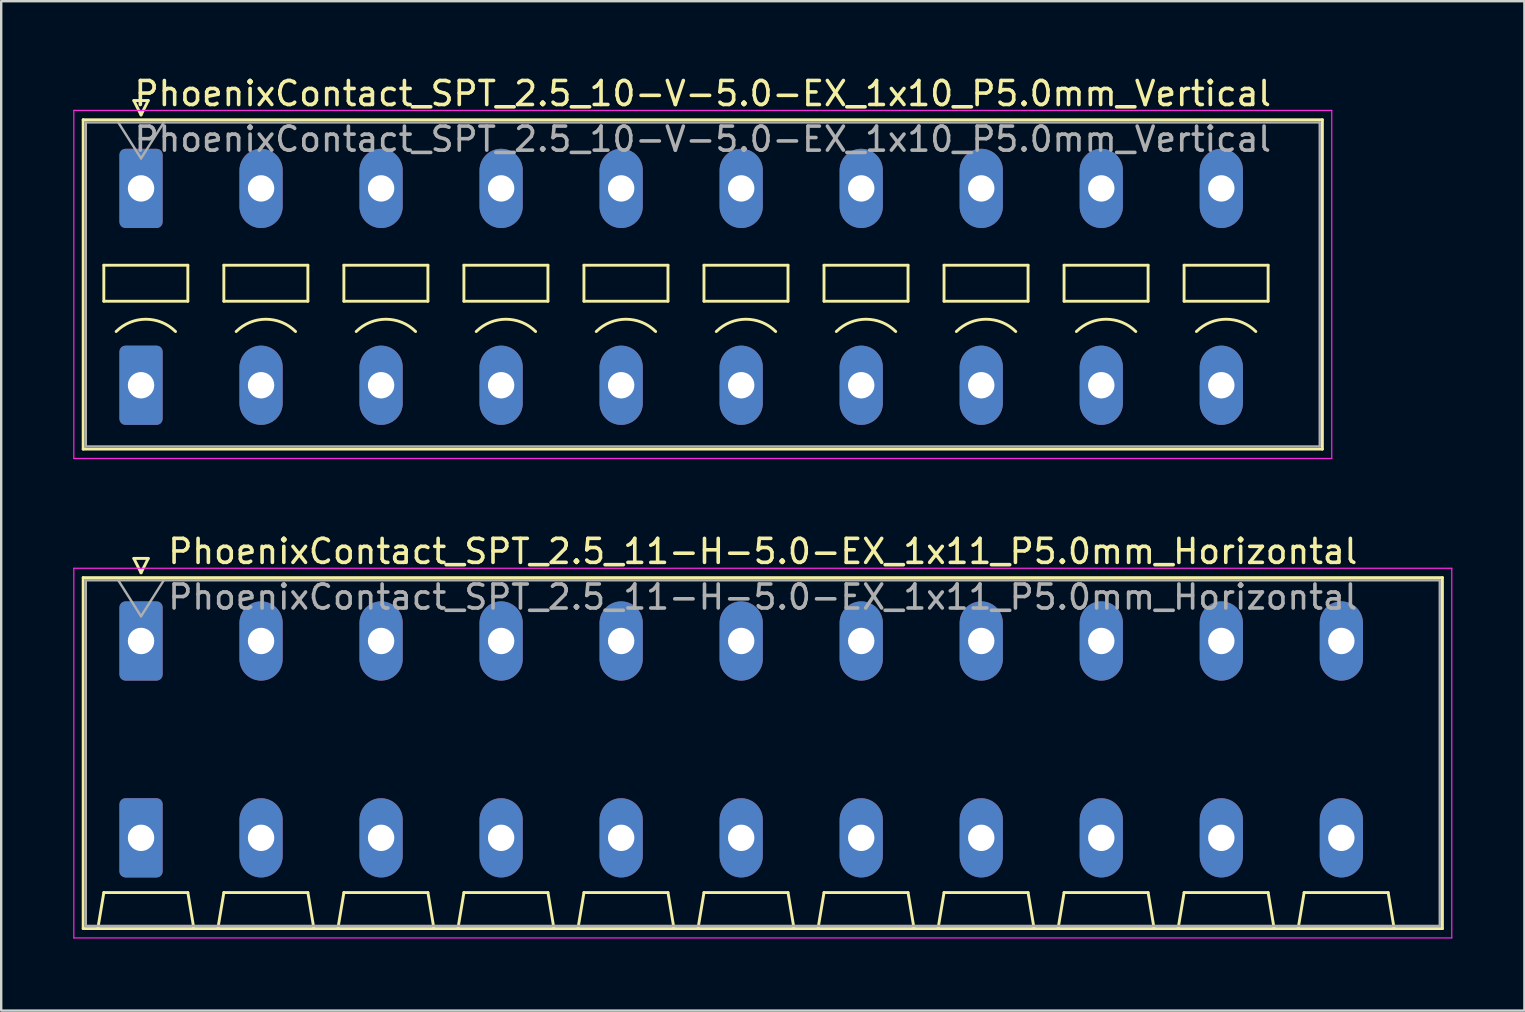
<source format=kicad_pcb>
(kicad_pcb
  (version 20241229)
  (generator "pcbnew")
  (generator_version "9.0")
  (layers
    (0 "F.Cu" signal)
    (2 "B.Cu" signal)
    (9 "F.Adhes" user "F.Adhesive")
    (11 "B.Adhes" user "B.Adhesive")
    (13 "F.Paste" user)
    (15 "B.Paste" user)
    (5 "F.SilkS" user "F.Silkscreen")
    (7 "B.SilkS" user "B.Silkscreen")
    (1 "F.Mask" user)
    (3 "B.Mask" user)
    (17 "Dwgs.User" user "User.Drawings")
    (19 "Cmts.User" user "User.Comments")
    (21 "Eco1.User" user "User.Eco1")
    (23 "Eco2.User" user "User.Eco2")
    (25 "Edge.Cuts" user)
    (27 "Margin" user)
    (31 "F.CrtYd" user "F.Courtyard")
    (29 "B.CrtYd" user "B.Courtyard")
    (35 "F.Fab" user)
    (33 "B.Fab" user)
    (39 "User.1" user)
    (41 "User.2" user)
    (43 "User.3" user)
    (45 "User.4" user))
  (footprint "PhoenixContact_SPT_2.5_10-V-5.0-EX_1x10_P5.0mm_Vertical"
    (layer "F.Cu")
    (at 2.825 4.798)
    (property "Reference" "PhoenixContact_SPT_2.5_10-V-5.0-EX_1x10_P5.0mm_Vertical" (at 23.4 -3.95 0) (layer "F.SilkS") (effects (font (size 1 1) (thickness 0.15))))
    (attr through_hole)
    (fp_line (start -2.41 -2.86) (end 49.21 -2.86) (stroke (width 0.12) (type solid)) (layer "F.SilkS"))
    (fp_line (start -2.41 10.86) (end -2.41 -2.86) (stroke (width 0.12) (type solid)) (layer "F.SilkS"))
    (fp_line (start -1.55 3.2) (end -1.55 4.7) (stroke (width 0.12) (type solid)) (layer "F.SilkS"))
    (fp_line (start -1.55 4.7) (end 1.95 4.7) (stroke (width 0.12) (type solid)) (layer "F.SilkS"))
    (fp_line (start -0.3 -3.66) (end 0 -3.06) (stroke (width 0.12) (type solid)) (layer "F.SilkS"))
    (fp_line (start -0.3 -3.66) (end 0.3 -3.66) (stroke (width 0.12) (type solid)) (layer "F.SilkS"))
    (fp_line (start 0.3 -3.66) (end 0 -3.06) (stroke (width 0.12) (type solid)) (layer "F.SilkS"))
    (fp_line (start 1.95 3.2) (end -1.55 3.2) (stroke (width 0.12) (type solid)) (layer "F.SilkS"))
    (fp_line (start 1.95 4.7) (end 1.95 3.2) (stroke (width 0.12) (type solid)) (layer "F.SilkS"))
    (fp_line (start 3.45 3.2) (end 3.45 4.7) (stroke (width 0.12) (type solid)) (layer "F.SilkS"))
    (fp_line (start 3.45 4.7) (end 6.95 4.7) (stroke (width 0.12) (type solid)) (layer "F.SilkS"))
    (fp_line (start 6.95 3.2) (end 3.45 3.2) (stroke (width 0.12) (type solid)) (layer "F.SilkS"))
    (fp_line (start 6.95 4.7) (end 6.95 3.2) (stroke (width 0.12) (type solid)) (layer "F.SilkS"))
    (fp_line (start 8.45 3.2) (end 8.45 4.7) (stroke (width 0.12) (type solid)) (layer "F.SilkS"))
    (fp_line (start 8.45 4.7) (end 11.95 4.7) (stroke (width 0.12) (type solid)) (layer "F.SilkS"))
    (fp_line (start 11.95 3.2) (end 8.45 3.2) (stroke (width 0.12) (type solid)) (layer "F.SilkS"))
    (fp_line (start 11.95 4.7) (end 11.95 3.2) (stroke (width 0.12) (type solid)) (layer "F.SilkS"))
    (fp_line (start 13.45 3.2) (end 13.45 4.7) (stroke (width 0.12) (type solid)) (layer "F.SilkS"))
    (fp_line (start 13.45 4.7) (end 16.95 4.7) (stroke (width 0.12) (type solid)) (layer "F.SilkS"))
    (fp_line (start 16.95 3.2) (end 13.45 3.2) (stroke (width 0.12) (type solid)) (layer "F.SilkS"))
    (fp_line (start 16.95 4.7) (end 16.95 3.2) (stroke (width 0.12) (type solid)) (layer "F.SilkS"))
    (fp_line (start 18.45 3.2) (end 18.45 4.7) (stroke (width 0.12) (type solid)) (layer "F.SilkS"))
    (fp_line (start 18.45 4.7) (end 21.95 4.7) (stroke (width 0.12) (type solid)) (layer "F.SilkS"))
    (fp_line (start 21.95 3.2) (end 18.45 3.2) (stroke (width 0.12) (type solid)) (layer "F.SilkS"))
    (fp_line (start 21.95 4.7) (end 21.95 3.2) (stroke (width 0.12) (type solid)) (layer "F.SilkS"))
    (fp_line (start 23.45 3.2) (end 23.45 4.7) (stroke (width 0.12) (type solid)) (layer "F.SilkS"))
    (fp_line (start 23.45 4.7) (end 26.95 4.7) (stroke (width 0.12) (type solid)) (layer "F.SilkS"))
    (fp_line (start 26.95 3.2) (end 23.45 3.2) (stroke (width 0.12) (type solid)) (layer "F.SilkS"))
    (fp_line (start 26.95 4.7) (end 26.95 3.2) (stroke (width 0.12) (type solid)) (layer "F.SilkS"))
    (fp_line (start 28.45 3.2) (end 28.45 4.7) (stroke (width 0.12) (type solid)) (layer "F.SilkS"))
    (fp_line (start 28.45 4.7) (end 31.95 4.7) (stroke (width 0.12) (type solid)) (layer "F.SilkS"))
    (fp_line (start 31.95 3.2) (end 28.45 3.2) (stroke (width 0.12) (type solid)) (layer "F.SilkS"))
    (fp_line (start 31.95 4.7) (end 31.95 3.2) (stroke (width 0.12) (type solid)) (layer "F.SilkS"))
    (fp_line (start 33.45 3.2) (end 33.45 4.7) (stroke (width 0.12) (type solid)) (layer "F.SilkS"))
    (fp_line (start 33.45 4.7) (end 36.95 4.7) (stroke (width 0.12) (type solid)) (layer "F.SilkS"))
    (fp_line (start 36.95 3.2) (end 33.45 3.2) (stroke (width 0.12) (type solid)) (layer "F.SilkS"))
    (fp_line (start 36.95 4.7) (end 36.95 3.2) (stroke (width 0.12) (type solid)) (layer "F.SilkS"))
    (fp_line (start 38.45 3.2) (end 38.45 4.7) (stroke (width 0.12) (type solid)) (layer "F.SilkS"))
    (fp_line (start 38.45 4.7) (end 41.95 4.7) (stroke (width 0.12) (type solid)) (layer "F.SilkS"))
    (fp_line (start 41.95 3.2) (end 38.45 3.2) (stroke (width 0.12) (type solid)) (layer "F.SilkS"))
    (fp_line (start 41.95 4.7) (end 41.95 3.2) (stroke (width 0.12) (type solid)) (layer "F.SilkS"))
    (fp_line (start 43.45 3.2) (end 43.45 4.7) (stroke (width 0.12) (type solid)) (layer "F.SilkS"))
    (fp_line (start 43.45 4.7) (end 46.95 4.7) (stroke (width 0.12) (type solid)) (layer "F.SilkS"))
    (fp_line (start 46.95 3.2) (end 43.45 3.2) (stroke (width 0.12) (type solid)) (layer "F.SilkS"))
    (fp_line (start 46.95 4.7) (end 46.95 3.2) (stroke (width 0.12) (type solid)) (layer "F.SilkS"))
    (fp_line (start 49.21 -2.86) (end 49.21 10.86) (stroke (width 0.12) (type solid)) (layer "F.SilkS"))
    (fp_line (start 49.21 10.86) (end -2.41 10.86) (stroke (width 0.12) (type solid)) (layer "F.SilkS"))
    (fp_arc (start -1.037437 5.962563) (mid 0.2 5.45) (end 1.437437 5.962563) (stroke (width 0.12) (type solid)) (layer "F.SilkS"))
    (fp_arc (start 3.962563 5.962563) (mid 5.2 5.45) (end 6.437437 5.962563) (stroke (width 0.12) (type solid)) (layer "F.SilkS"))
    (fp_arc (start 8.962563 5.962563) (mid 10.2 5.45) (end 11.437437 5.962563) (stroke (width 0.12) (type solid)) (layer "F.SilkS"))
    (fp_arc (start 13.962563 5.962563) (mid 15.2 5.45) (end 16.437437 5.962563) (stroke (width 0.12) (type solid)) (layer "F.SilkS"))
    (fp_arc (start 18.962563 5.962563) (mid 20.2 5.45) (end 21.437437 5.962563) (stroke (width 0.12) (type solid)) (layer "F.SilkS"))
    (fp_arc (start 23.962563 5.962563) (mid 25.2 5.45) (end 26.437437 5.962563) (stroke (width 0.12) (type solid)) (layer "F.SilkS"))
    (fp_arc (start 28.962563 5.962563) (mid 30.2 5.45) (end 31.437437 5.962563) (stroke (width 0.12) (type solid)) (layer "F.SilkS"))
    (fp_arc (start 33.962563 5.962563) (mid 35.2 5.45) (end 36.437437 5.962563) (stroke (width 0.12) (type solid)) (layer "F.SilkS"))
    (fp_arc (start 38.962563 5.962563) (mid 40.2 5.45) (end 41.437437 5.962563) (stroke (width 0.12) (type solid)) (layer "F.SilkS"))
    (fp_arc (start 43.962563 5.962563) (mid 45.2 5.45) (end 46.437437 5.962563) (stroke (width 0.12) (type solid)) (layer "F.SilkS"))
    (fp_line (start -2.8 -3.25) (end -2.8 11.25) (stroke (width 0.05) (type solid)) (layer "F.CrtYd"))
    (fp_line (start -2.8 11.25) (end 49.6 11.25) (stroke (width 0.05) (type solid)) (layer "F.CrtYd"))
    (fp_line (start 49.6 -3.25) (end -2.8 -3.25) (stroke (width 0.05) (type solid)) (layer "F.CrtYd"))
    (fp_line (start 49.6 11.25) (end 49.6 -3.25) (stroke (width 0.05) (type solid)) (layer "F.CrtYd"))
    (fp_line (start -2.3 -2.75) (end -2.3 10.75) (stroke (width 0.1) (type solid)) (layer "F.Fab"))
    (fp_line (start -2.3 10.75) (end 49.1 10.75) (stroke (width 0.1) (type solid)) (layer "F.Fab"))
    (fp_line (start -0.95 -2.75) (end 0 -1.25) (stroke (width 0.1) (type solid)) (layer "F.Fab"))
    (fp_line (start 0.95 -2.75) (end 0 -1.25) (stroke (width 0.1) (type solid)) (layer "F.Fab"))
    (fp_line (start 49.1 -2.75) (end -2.3 -2.75) (stroke (width 0.1) (type solid)) (layer "F.Fab"))
    (fp_line (start 49.1 10.75) (end 49.1 -2.75) (stroke (width 0.1) (type solid)) (layer "F.Fab"))
    (fp_text user "${REFERENCE}" (at 23.4 -2.05 0) (layer "F.Fab") (effects (font (size 1 1) (thickness 0.15))))
    (pad "1" thru_hole roundrect (at 0 0) (size 1.8 3.3) (drill 1.1) (layers "*.Cu" "*.Mask") (roundrect_rratio 0.139))
    (pad "1" thru_hole roundrect (at 0 8.2) (size 1.8 3.3) (drill 1.1) (layers "*.Cu" "*.Mask") (roundrect_rratio 0.139))
    (pad "2" thru_hole oval (at 5 0) (size 1.8 3.3) (drill 1.1) (layers "*.Cu" "*.Mask"))
    (pad "2" thru_hole oval (at 5 8.2) (size 1.8 3.3) (drill 1.1) (layers "*.Cu" "*.Mask"))
    (pad "3" thru_hole oval (at 10 0) (size 1.8 3.3) (drill 1.1) (layers "*.Cu" "*.Mask"))
    (pad "3" thru_hole oval (at 10 8.2) (size 1.8 3.3) (drill 1.1) (layers "*.Cu" "*.Mask"))
    (pad "4" thru_hole oval (at 15 0) (size 1.8 3.3) (drill 1.1) (layers "*.Cu" "*.Mask"))
    (pad "4" thru_hole oval (at 15 8.2) (size 1.8 3.3) (drill 1.1) (layers "*.Cu" "*.Mask"))
    (pad "5" thru_hole oval (at 20 0) (size 1.8 3.3) (drill 1.1) (layers "*.Cu" "*.Mask"))
    (pad "5" thru_hole oval (at 20 8.2) (size 1.8 3.3) (drill 1.1) (layers "*.Cu" "*.Mask"))
    (pad "6" thru_hole oval (at 25 0) (size 1.8 3.3) (drill 1.1) (layers "*.Cu" "*.Mask"))
    (pad "6" thru_hole oval (at 25 8.2) (size 1.8 3.3) (drill 1.1) (layers "*.Cu" "*.Mask"))
    (pad "7" thru_hole oval (at 30 0) (size 1.8 3.3) (drill 1.1) (layers "*.Cu" "*.Mask"))
    (pad "7" thru_hole oval (at 30 8.2) (size 1.8 3.3) (drill 1.1) (layers "*.Cu" "*.Mask"))
    (pad "8" thru_hole oval (at 35 0) (size 1.8 3.3) (drill 1.1) (layers "*.Cu" "*.Mask"))
    (pad "8" thru_hole oval (at 35 8.2) (size 1.8 3.3) (drill 1.1) (layers "*.Cu" "*.Mask"))
    (pad "9" thru_hole oval (at 40 0) (size 1.8 3.3) (drill 1.1) (layers "*.Cu" "*.Mask"))
    (pad "9" thru_hole oval (at 40 8.2) (size 1.8 3.3) (drill 1.1) (layers "*.Cu" "*.Mask"))
    (pad "10" thru_hole oval (at 45 0) (size 1.8 3.3) (drill 1.1) (layers "*.Cu" "*.Mask"))
    (pad "10" thru_hole oval (at 45 8.2) (size 1.8 3.3) (drill 1.1) (layers "*.Cu" "*.Mask")))
  (footprint "PhoenixContact_SPT_2.5_11-H-5.0-EX_1x11_P5.0mm_Horizontal"
    (layer "F.Cu")
    (at 2.825 23.651)
    (property "Reference" "PhoenixContact_SPT_2.5_11-H-5.0-EX_1x11_P5.0mm_Horizontal" (at 25.9 -3.73 0) (layer "F.SilkS") (effects (font (size 1 1) (thickness 0.15))))
    (attr through_hole)
    (fp_line (start -2.41 -2.64) (end 54.21 -2.64) (stroke (width 0.12) (type solid)) (layer "F.SilkS"))
    (fp_line (start -2.41 11.98) (end -2.41 -2.64) (stroke (width 0.12) (type solid)) (layer "F.SilkS"))
    (fp_line (start -1.8 11.98) (end -1.55 10.48) (stroke (width 0.12) (type solid)) (layer "F.SilkS"))
    (fp_line (start -1.55 10.48) (end 1.95 10.48) (stroke (width 0.12) (type solid)) (layer "F.SilkS"))
    (fp_line (start -0.3 -3.44) (end 0 -2.84) (stroke (width 0.12) (type solid)) (layer "F.SilkS"))
    (fp_line (start -0.3 -3.44) (end 0.3 -3.44) (stroke (width 0.12) (type solid)) (layer "F.SilkS"))
    (fp_line (start 0.3 -3.44) (end 0 -2.84) (stroke (width 0.12) (type solid)) (layer "F.SilkS"))
    (fp_line (start 2.2 11.98) (end 1.95 10.48) (stroke (width 0.12) (type solid)) (layer "F.SilkS"))
    (fp_line (start 3.2 11.98) (end 3.45 10.48) (stroke (width 0.12) (type solid)) (layer "F.SilkS"))
    (fp_line (start 3.45 10.48) (end 6.95 10.48) (stroke (width 0.12) (type solid)) (layer "F.SilkS"))
    (fp_line (start 7.2 11.98) (end 6.95 10.48) (stroke (width 0.12) (type solid)) (layer "F.SilkS"))
    (fp_line (start 8.2 11.98) (end 8.45 10.48) (stroke (width 0.12) (type solid)) (layer "F.SilkS"))
    (fp_line (start 8.45 10.48) (end 11.95 10.48) (stroke (width 0.12) (type solid)) (layer "F.SilkS"))
    (fp_line (start 12.2 11.98) (end 11.95 10.48) (stroke (width 0.12) (type solid)) (layer "F.SilkS"))
    (fp_line (start 13.2 11.98) (end 13.45 10.48) (stroke (width 0.12) (type solid)) (layer "F.SilkS"))
    (fp_line (start 13.45 10.48) (end 16.95 10.48) (stroke (width 0.12) (type solid)) (layer "F.SilkS"))
    (fp_line (start 17.2 11.98) (end 16.95 10.48) (stroke (width 0.12) (type solid)) (layer "F.SilkS"))
    (fp_line (start 18.2 11.98) (end 18.45 10.48) (stroke (width 0.12) (type solid)) (layer "F.SilkS"))
    (fp_line (start 18.45 10.48) (end 21.95 10.48) (stroke (width 0.12) (type solid)) (layer "F.SilkS"))
    (fp_line (start 22.2 11.98) (end 21.95 10.48) (stroke (width 0.12) (type solid)) (layer "F.SilkS"))
    (fp_line (start 23.2 11.98) (end 23.45 10.48) (stroke (width 0.12) (type solid)) (layer "F.SilkS"))
    (fp_line (start 23.45 10.48) (end 26.95 10.48) (stroke (width 0.12) (type solid)) (layer "F.SilkS"))
    (fp_line (start 27.2 11.98) (end 26.95 10.48) (stroke (width 0.12) (type solid)) (layer "F.SilkS"))
    (fp_line (start 28.2 11.98) (end 28.45 10.48) (stroke (width 0.12) (type solid)) (layer "F.SilkS"))
    (fp_line (start 28.45 10.48) (end 31.95 10.48) (stroke (width 0.12) (type solid)) (layer "F.SilkS"))
    (fp_line (start 32.2 11.98) (end 31.95 10.48) (stroke (width 0.12) (type solid)) (layer "F.SilkS"))
    (fp_line (start 33.2 11.98) (end 33.45 10.48) (stroke (width 0.12) (type solid)) (layer "F.SilkS"))
    (fp_line (start 33.45 10.48) (end 36.95 10.48) (stroke (width 0.12) (type solid)) (layer "F.SilkS"))
    (fp_line (start 37.2 11.98) (end 36.95 10.48) (stroke (width 0.12) (type solid)) (layer "F.SilkS"))
    (fp_line (start 38.2 11.98) (end 38.45 10.48) (stroke (width 0.12) (type solid)) (layer "F.SilkS"))
    (fp_line (start 38.45 10.48) (end 41.95 10.48) (stroke (width 0.12) (type solid)) (layer "F.SilkS"))
    (fp_line (start 42.2 11.98) (end 41.95 10.48) (stroke (width 0.12) (type solid)) (layer "F.SilkS"))
    (fp_line (start 43.2 11.98) (end 43.45 10.48) (stroke (width 0.12) (type solid)) (layer "F.SilkS"))
    (fp_line (start 43.45 10.48) (end 46.95 10.48) (stroke (width 0.12) (type solid)) (layer "F.SilkS"))
    (fp_line (start 47.2 11.98) (end 46.95 10.48) (stroke (width 0.12) (type solid)) (layer "F.SilkS"))
    (fp_line (start 48.2 11.98) (end 48.45 10.48) (stroke (width 0.12) (type solid)) (layer "F.SilkS"))
    (fp_line (start 48.45 10.48) (end 51.95 10.48) (stroke (width 0.12) (type solid)) (layer "F.SilkS"))
    (fp_line (start 52.2 11.98) (end 51.95 10.48) (stroke (width 0.12) (type solid)) (layer "F.SilkS"))
    (fp_line (start 54.21 -2.64) (end 54.21 11.98) (stroke (width 0.12) (type solid)) (layer "F.SilkS"))
    (fp_line (start 54.21 11.98) (end -2.41 11.98) (stroke (width 0.12) (type solid)) (layer "F.SilkS"))
    (fp_line (start -2.8 -3.03) (end -2.8 12.37) (stroke (width 0.05) (type solid)) (layer "F.CrtYd"))
    (fp_line (start -2.8 12.37) (end 54.6 12.37) (stroke (width 0.05) (type solid)) (layer "F.CrtYd"))
    (fp_line (start 54.6 -3.03) (end -2.8 -3.03) (stroke (width 0.05) (type solid)) (layer "F.CrtYd"))
    (fp_line (start 54.6 12.37) (end 54.6 -3.03) (stroke (width 0.05) (type solid)) (layer "F.CrtYd"))
    (fp_line (start -2.3 -2.53) (end -2.3 11.87) (stroke (width 0.1) (type solid)) (layer "F.Fab"))
    (fp_line (start -2.3 11.87) (end 54.1 11.87) (stroke (width 0.1) (type solid)) (layer "F.Fab"))
    (fp_line (start -0.95 -2.53) (end 0 -1.03) (stroke (width 0.1) (type solid)) (layer "F.Fab"))
    (fp_line (start 0.95 -2.53) (end 0 -1.03) (stroke (width 0.1) (type solid)) (layer "F.Fab"))
    (fp_line (start 54.1 -2.53) (end -2.3 -2.53) (stroke (width 0.1) (type solid)) (layer "F.Fab"))
    (fp_line (start 54.1 11.87) (end 54.1 -2.53) (stroke (width 0.1) (type solid)) (layer "F.Fab"))
    (fp_text user "${REFERENCE}" (at 25.9 -1.83 0) (layer "F.Fab") (effects (font (size 1 1) (thickness 0.15))))
    (pad "1" thru_hole roundrect (at 0 0) (size 1.8 3.3) (drill 1.1) (layers "*.Cu" "*.Mask") (roundrect_rratio 0.139))
    (pad "1" thru_hole roundrect (at 0 8.2) (size 1.8 3.3) (drill 1.1) (layers "*.Cu" "*.Mask") (roundrect_rratio 0.139))
    (pad "2" thru_hole oval (at 5 0) (size 1.8 3.3) (drill 1.1) (layers "*.Cu" "*.Mask"))
    (pad "2" thru_hole oval (at 5 8.2) (size 1.8 3.3) (drill 1.1) (layers "*.Cu" "*.Mask"))
    (pad "3" thru_hole oval (at 10 0) (size 1.8 3.3) (drill 1.1) (layers "*.Cu" "*.Mask"))
    (pad "3" thru_hole oval (at 10 8.2) (size 1.8 3.3) (drill 1.1) (layers "*.Cu" "*.Mask"))
    (pad "4" thru_hole oval (at 15 0) (size 1.8 3.3) (drill 1.1) (layers "*.Cu" "*.Mask"))
    (pad "4" thru_hole oval (at 15 8.2) (size 1.8 3.3) (drill 1.1) (layers "*.Cu" "*.Mask"))
    (pad "5" thru_hole oval (at 20 0) (size 1.8 3.3) (drill 1.1) (layers "*.Cu" "*.Mask"))
    (pad "5" thru_hole oval (at 20 8.2) (size 1.8 3.3) (drill 1.1) (layers "*.Cu" "*.Mask"))
    (pad "6" thru_hole oval (at 25 0) (size 1.8 3.3) (drill 1.1) (layers "*.Cu" "*.Mask"))
    (pad "6" thru_hole oval (at 25 8.2) (size 1.8 3.3) (drill 1.1) (layers "*.Cu" "*.Mask"))
    (pad "7" thru_hole oval (at 30 0) (size 1.8 3.3) (drill 1.1) (layers "*.Cu" "*.Mask"))
    (pad "7" thru_hole oval (at 30 8.2) (size 1.8 3.3) (drill 1.1) (layers "*.Cu" "*.Mask"))
    (pad "8" thru_hole oval (at 35 0) (size 1.8 3.3) (drill 1.1) (layers "*.Cu" "*.Mask"))
    (pad "8" thru_hole oval (at 35 8.2) (size 1.8 3.3) (drill 1.1) (layers "*.Cu" "*.Mask"))
    (pad "9" thru_hole oval (at 40 0) (size 1.8 3.3) (drill 1.1) (layers "*.Cu" "*.Mask"))
    (pad "9" thru_hole oval (at 40 8.2) (size 1.8 3.3) (drill 1.1) (layers "*.Cu" "*.Mask"))
    (pad "10" thru_hole oval (at 45 0) (size 1.8 3.3) (drill 1.1) (layers "*.Cu" "*.Mask"))
    (pad "10" thru_hole oval (at 45 8.2) (size 1.8 3.3) (drill 1.1) (layers "*.Cu" "*.Mask"))
    (pad "11" thru_hole oval (at 50 0) (size 1.8 3.3) (drill 1.1) (layers "*.Cu" "*.Mask"))
    (pad "11" thru_hole oval (at 50 8.2) (size 1.8 3.3) (drill 1.1) (layers "*.Cu" "*.Mask")))
  (gr_rect
    (start -3 -3)
    (end 60.45 39.047)
    (stroke (width 0.1) (type default))
    (fill no)
    (layer "Edge.Cuts")))
</source>
